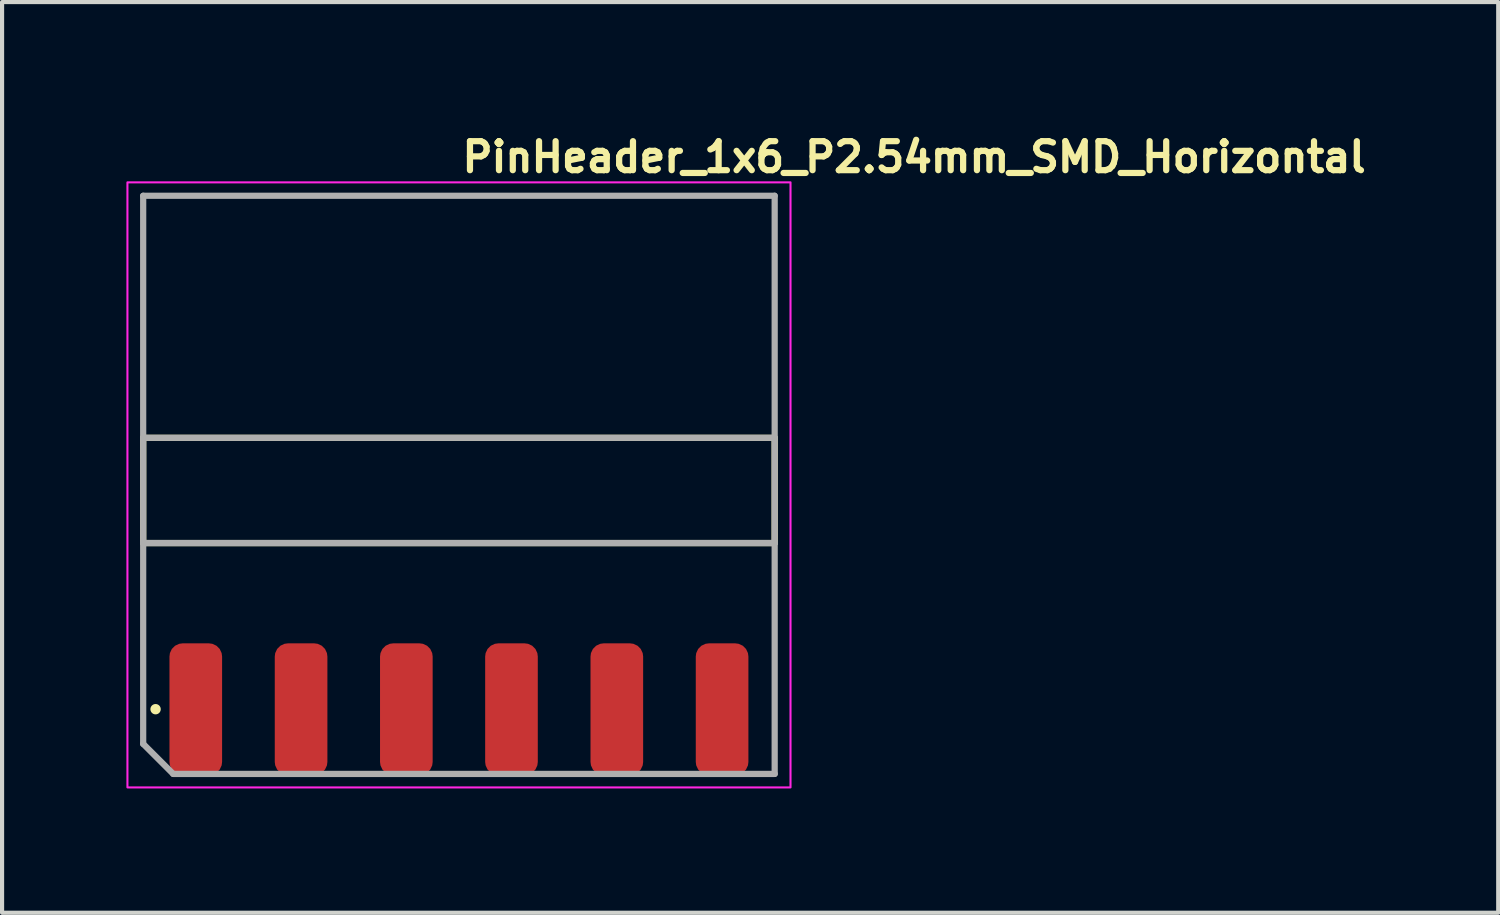
<source format=kicad_pcb>
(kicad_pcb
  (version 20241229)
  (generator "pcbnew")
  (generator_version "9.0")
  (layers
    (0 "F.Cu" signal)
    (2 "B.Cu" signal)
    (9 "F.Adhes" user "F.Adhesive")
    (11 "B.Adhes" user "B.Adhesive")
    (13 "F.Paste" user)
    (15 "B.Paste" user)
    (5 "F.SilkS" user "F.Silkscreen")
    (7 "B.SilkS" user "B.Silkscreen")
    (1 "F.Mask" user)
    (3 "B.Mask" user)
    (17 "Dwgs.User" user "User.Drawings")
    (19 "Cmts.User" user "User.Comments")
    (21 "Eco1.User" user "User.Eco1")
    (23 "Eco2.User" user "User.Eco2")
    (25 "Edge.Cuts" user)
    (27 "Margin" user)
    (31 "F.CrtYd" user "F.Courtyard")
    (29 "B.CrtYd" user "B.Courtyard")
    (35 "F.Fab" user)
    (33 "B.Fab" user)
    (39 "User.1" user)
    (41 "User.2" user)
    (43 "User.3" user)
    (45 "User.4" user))
  (footprint "PinHeader_1x6_P2.54mm_SMD_Horizontal"
    (layer "F.Cu")
    (at 8.025 8.15)
    (property "Reference" "PinHeader_1x6_P2.54mm_SMD_Horizontal" (at 0 -7 0) (layer "F.SilkS") (effects (font (size 0.7 0.7) (thickness 0.15)) (justify left bottom)))
    (attr smd)
    (fp_line (start -7.62 1.904) (end -7.62 -0.635) (stroke (width 0.15) (type solid)) (layer "F.SilkS"))
    (fp_line (start 7.618 -0.635) (end -7.62 -0.635) (stroke (width 0.15) (type solid)) (layer "F.SilkS"))
    (fp_line (start 7.618 -0.635) (end 7.618 1.904) (stroke (width 0.15) (type solid)) (layer "F.SilkS"))
    (fp_line (start 7.618 1.904) (end -7.62 1.904) (stroke (width 0.15) (type solid)) (layer "F.SilkS"))
    (fp_circle (center -7.321 5.913) (end -7.271 5.913) (stroke (width 0.15) (type solid)) (fill yes) (layer "F.SilkS"))
    (fp_rect (start -8 -6.8) (end 8 7.8) (stroke (width 0.05) (type solid)) (fill no) (layer "F.CrtYd"))
    (fp_line (start -7.62 -6.476) (end 7.618 -6.476) (stroke (width 0.15) (type solid)) (layer "F.Fab"))
    (fp_line (start -7.62 -0.635) (end 7.618 -0.635) (stroke (width 0.15) (type solid)) (layer "F.Fab"))
    (fp_line (start -7.62 1.904) (end -7.62 -6.476) (stroke (width 0.15) (type solid)) (layer "F.Fab"))
    (fp_line (start -7.62 1.904) (end -7.62 6.75) (stroke (width 0.15) (type solid)) (layer "F.Fab"))
    (fp_line (start -7.62 6.75) (end -6.895 7.475) (stroke (width 0.15) (type solid)) (layer "F.Fab"))
    (fp_line (start -6.895 7.475) (end 7.618 7.475) (stroke (width 0.15) (type solid)) (layer "F.Fab"))
    (fp_line (start 7.618 -6.476) (end 7.618 1.904) (stroke (width 0.15) (type solid)) (layer "F.Fab"))
    (fp_line (start 7.618 1.904) (end -7.62 1.904) (stroke (width 0.15) (type solid)) (layer "F.Fab"))
    (fp_line (start 7.618 7.475) (end 7.618 1.904) (stroke (width 0.15) (type solid)) (layer "F.Fab"))
    (fp_rect (start -7.62 -6.478) (end 7.618 7.477) (stroke (width 0.1) (type solid)) (fill no) (layer "User.5"))
    (fp_line (start -7.62 -0.635) (end -7.62 1.904) (stroke (width 0.02) (type solid)) (layer "User.9"))
    (fp_line (start -7.62 -0.635) (end -5.462 -0.635) (stroke (width 0.02) (type solid)) (layer "User.9"))
    (fp_line (start -7.62 1.904) (end -5.462 1.904) (stroke (width 0.02) (type solid)) (layer "User.9"))
    (fp_line (start -6.669 -5.97) (end -6.034 -5.97) (stroke (width 0.02) (type solid)) (layer "User.9"))
    (fp_line (start -6.669 -0.635) (end -6.669 -5.97) (stroke (width 0.02) (type solid)) (layer "User.9"))
    (fp_line (start -6.669 2.194) (end -6.669 1.904) (stroke (width 0.02) (type solid)) (layer "User.9"))
    (fp_line (start -6.669 3.092) (end -6.669 2.194) (stroke (width 0.02) (type solid)) (layer "User.9"))
    (fp_line (start -6.669 3.995) (end -6.669 3.092) (stroke (width 0.02) (type solid)) (layer "User.9"))
    (fp_line (start -6.669 3.995) (end -6.669 4.445) (stroke (width 0.02) (type solid)) (layer "User.9"))
    (fp_line (start -6.669 5.967) (end -6.669 4.445) (stroke (width 0.02) (type solid)) (layer "User.9"))
    (fp_line (start -6.669 5.967) (end -6.034 5.967) (stroke (width 0.02) (type solid)) (layer "User.9"))
    (fp_line (start -6.484 -6.478) (end -6.669 -5.97) (stroke (width 0.02) (type solid)) (layer "User.9"))
    (fp_line (start -6.484 6.477) (end -6.669 5.967) (stroke (width 0.02) (type solid)) (layer "User.9"))
    (fp_line (start -6.484 6.477) (end -6.218 6.477) (stroke (width 0.02) (type solid)) (layer "User.9"))
    (fp_line (start -6.218 -6.478) (end -6.484 -6.478) (stroke (width 0.02) (type solid)) (layer "User.9"))
    (fp_line (start -6.218 -6.478) (end -6.034 -5.97) (stroke (width 0.02) (type solid)) (layer "User.9"))
    (fp_line (start -6.218 6.477) (end -6.034 5.967) (stroke (width 0.02) (type solid)) (layer "User.9"))
    (fp_line (start -6.034 -0.635) (end -6.034 -5.97) (stroke (width 0.02) (type solid)) (layer "User.9"))
    (fp_line (start -6.034 2.194) (end -6.034 1.904) (stroke (width 0.02) (type solid)) (layer "User.9"))
    (fp_line (start -6.034 3.092) (end -6.034 2.194) (stroke (width 0.02) (type solid)) (layer "User.9"))
    (fp_line (start -6.034 3.995) (end -6.034 3.092) (stroke (width 0.02) (type solid)) (layer "User.9"))
    (fp_line (start -6.034 3.995) (end -6.034 4.445) (stroke (width 0.02) (type solid)) (layer "User.9"))
    (fp_line (start -6.034 5.967) (end -6.034 4.445) (stroke (width 0.02) (type solid)) (layer "User.9"))
    (fp_line (start -5.462 -0.635) (end -5.462 1.904) (stroke (width 0.02) (type solid)) (layer "User.9"))
    (fp_line (start -5.462 1.777) (end -4.699 1.777) (stroke (width 0.02) (type solid)) (layer "User.9"))
    (fp_line (start -4.699 -0.635) (end -2.922 -0.635) (stroke (width 0.02) (type solid)) (layer "User.9"))
    (fp_line (start -4.699 -0.508) (end -5.462 -0.508) (stroke (width 0.02) (type solid)) (layer "User.9"))
    (fp_line (start -4.699 1.904) (end -4.699 -0.635) (stroke (width 0.02) (type solid)) (layer "User.9"))
    (fp_line (start -4.699 1.904) (end -2.922 1.904) (stroke (width 0.02) (type solid)) (layer "User.9"))
    (fp_line (start -4.129 -5.97) (end -4.129 -0.635) (stroke (width 0.02) (type solid)) (layer "User.9"))
    (fp_line (start -4.129 -5.97) (end -3.493 -5.97) (stroke (width 0.02) (type solid)) (layer "User.9"))
    (fp_line (start -4.129 1.904) (end -4.129 2.194) (stroke (width 0.02) (type solid)) (layer "User.9"))
    (fp_line (start -4.129 2.194) (end -4.129 3.092) (stroke (width 0.02) (type solid)) (layer "User.9"))
    (fp_line (start -4.129 3.092) (end -4.129 3.995) (stroke (width 0.02) (type solid)) (layer "User.9"))
    (fp_line (start -4.129 4.445) (end -4.129 3.995) (stroke (width 0.02) (type solid)) (layer "User.9"))
    (fp_line (start -4.129 4.445) (end -4.129 5.967) (stroke (width 0.02) (type solid)) (layer "User.9"))
    (fp_line (start -4.129 5.967) (end -3.493 5.967) (stroke (width 0.02) (type solid)) (layer "User.9"))
    (fp_line (start -3.943 -6.478) (end -4.129 -5.97) (stroke (width 0.02) (type solid)) (layer "User.9"))
    (fp_line (start -3.943 6.477) (end -4.129 5.967) (stroke (width 0.02) (type solid)) (layer "User.9"))
    (fp_line (start -3.943 6.477) (end -3.678 6.477) (stroke (width 0.02) (type solid)) (layer "User.9"))
    (fp_line (start -3.678 -6.478) (end -3.943 -6.478) (stroke (width 0.02) (type solid)) (layer "User.9"))
    (fp_line (start -3.678 -6.478) (end -3.493 -5.97) (stroke (width 0.02) (type solid)) (layer "User.9"))
    (fp_line (start -3.678 6.477) (end -3.493 5.967) (stroke (width 0.02) (type solid)) (layer "User.9"))
    (fp_line (start -3.493 -0.635) (end -3.493 -5.97) (stroke (width 0.02) (type solid)) (layer "User.9"))
    (fp_line (start -3.493 2.194) (end -3.493 1.904) (stroke (width 0.02) (type solid)) (layer "User.9"))
    (fp_line (start -3.493 3.092) (end -3.493 2.194) (stroke (width 0.02) (type solid)) (layer "User.9"))
    (fp_line (start -3.493 3.995) (end -3.493 3.092) (stroke (width 0.02) (type solid)) (layer "User.9"))
    (fp_line (start -3.493 3.995) (end -3.493 4.445) (stroke (width 0.02) (type solid)) (layer "User.9"))
    (fp_line (start -3.493 5.967) (end -3.493 4.445) (stroke (width 0.02) (type solid)) (layer "User.9"))
    (fp_line (start -2.922 -0.635) (end -2.922 1.904) (stroke (width 0.02) (type solid)) (layer "User.9"))
    (fp_line (start -2.922 1.777) (end -2.16 1.777) (stroke (width 0.02) (type solid)) (layer "User.9"))
    (fp_line (start -2.16 -0.635) (end -0.381 -0.635) (stroke (width 0.02) (type solid)) (layer "User.9"))
    (fp_line (start -2.16 -0.508) (end -2.922 -0.508) (stroke (width 0.02) (type solid)) (layer "User.9"))
    (fp_line (start -2.16 1.904) (end -2.16 -0.635) (stroke (width 0.02) (type solid)) (layer "User.9"))
    (fp_line (start -2.16 1.904) (end -0.381 1.904) (stroke (width 0.02) (type solid)) (layer "User.9"))
    (fp_line (start -1.589 -5.97) (end -1.589 -0.635) (stroke (width 0.02) (type solid)) (layer "User.9"))
    (fp_line (start -1.589 -5.97) (end -0.954 -5.97) (stroke (width 0.02) (type solid)) (layer "User.9"))
    (fp_line (start -1.589 1.904) (end -1.589 2.194) (stroke (width 0.02) (type solid)) (layer "User.9"))
    (fp_line (start -1.589 2.194) (end -1.589 3.092) (stroke (width 0.02) (type solid)) (layer "User.9"))
    (fp_line (start -1.589 3.092) (end -1.589 3.995) (stroke (width 0.02) (type solid)) (layer "User.9"))
    (fp_line (start -1.589 4.445) (end -1.589 3.995) (stroke (width 0.02) (type solid)) (layer "User.9"))
    (fp_line (start -1.589 4.445) (end -1.589 5.967) (stroke (width 0.02) (type solid)) (layer "User.9"))
    (fp_line (start -1.589 5.967) (end -0.954 5.967) (stroke (width 0.02) (type solid)) (layer "User.9"))
    (fp_line (start -1.403 -6.478) (end -1.589 -5.97) (stroke (width 0.02) (type solid)) (layer "User.9"))
    (fp_line (start -1.403 6.477) (end -1.589 5.967) (stroke (width 0.02) (type solid)) (layer "User.9"))
    (fp_line (start -1.403 6.477) (end -1.139 6.477) (stroke (width 0.02) (type solid)) (layer "User.9"))
    (fp_line (start -1.139 -6.478) (end -1.403 -6.478) (stroke (width 0.02) (type solid)) (layer "User.9"))
    (fp_line (start -1.139 -6.478) (end -0.954 -5.97) (stroke (width 0.02) (type solid)) (layer "User.9"))
    (fp_line (start -1.139 6.477) (end -0.954 5.967) (stroke (width 0.02) (type solid)) (layer "User.9"))
    (fp_line (start -0.954 -0.635) (end -0.954 -5.97) (stroke (width 0.02) (type solid)) (layer "User.9"))
    (fp_line (start -0.954 2.194) (end -0.954 1.904) (stroke (width 0.02) (type solid)) (layer "User.9"))
    (fp_line (start -0.954 3.092) (end -0.954 2.194) (stroke (width 0.02) (type solid)) (layer "User.9"))
    (fp_line (start -0.954 3.995) (end -0.954 3.092) (stroke (width 0.02) (type solid)) (layer "User.9"))
    (fp_line (start -0.954 3.995) (end -0.954 4.445) (stroke (width 0.02) (type solid)) (layer "User.9"))
    (fp_line (start -0.954 5.967) (end -0.954 4.445) (stroke (width 0.02) (type solid)) (layer "User.9"))
    (fp_line (start -0.381 -0.635) (end -0.381 1.904) (stroke (width 0.02) (type solid)) (layer "User.9"))
    (fp_line (start -0.381 1.777) (end 0.379 1.777) (stroke (width 0.02) (type solid)) (layer "User.9"))
    (fp_line (start 0.379 -0.635) (end 2.157 -0.635) (stroke (width 0.02) (type solid)) (layer "User.9"))
    (fp_line (start 0.379 -0.508) (end -0.381 -0.508) (stroke (width 0.02) (type solid)) (layer "User.9"))
    (fp_line (start 0.379 1.904) (end 0.379 -0.635) (stroke (width 0.02) (type solid)) (layer "User.9"))
    (fp_line (start 0.379 1.904) (end 2.157 1.904) (stroke (width 0.02) (type solid)) (layer "User.9"))
    (fp_line (start 0.952 -5.97) (end 0.952 -0.635) (stroke (width 0.02) (type solid)) (layer "User.9"))
    (fp_line (start 0.952 -5.97) (end 1.586 -5.97) (stroke (width 0.02) (type solid)) (layer "User.9"))
    (fp_line (start 0.952 1.904) (end 0.952 2.194) (stroke (width 0.02) (type solid)) (layer "User.9"))
    (fp_line (start 0.952 2.194) (end 0.952 3.092) (stroke (width 0.02) (type solid)) (layer "User.9"))
    (fp_line (start 0.952 3.092) (end 0.952 3.995) (stroke (width 0.02) (type solid)) (layer "User.9"))
    (fp_line (start 0.952 4.445) (end 0.952 3.995) (stroke (width 0.02) (type solid)) (layer "User.9"))
    (fp_line (start 0.952 4.445) (end 0.952 5.967) (stroke (width 0.02) (type solid)) (layer "User.9"))
    (fp_line (start 0.952 5.967) (end 1.586 5.967) (stroke (width 0.02) (type solid)) (layer "User.9"))
    (fp_line (start 1.136 -6.478) (end 0.952 -5.97) (stroke (width 0.02) (type solid)) (layer "User.9"))
    (fp_line (start 1.136 6.477) (end 0.952 5.967) (stroke (width 0.02) (type solid)) (layer "User.9"))
    (fp_line (start 1.136 6.477) (end 1.402 6.477) (stroke (width 0.02) (type solid)) (layer "User.9"))
    (fp_line (start 1.402 -6.478) (end 1.136 -6.478) (stroke (width 0.02) (type solid)) (layer "User.9"))
    (fp_line (start 1.402 -6.478) (end 1.586 -5.97) (stroke (width 0.02) (type solid)) (layer "User.9"))
    (fp_line (start 1.402 6.477) (end 1.586 5.967) (stroke (width 0.02) (type solid)) (layer "User.9"))
    (fp_line (start 1.586 -0.635) (end 1.586 -5.97) (stroke (width 0.02) (type solid)) (layer "User.9"))
    (fp_line (start 1.586 2.194) (end 1.586 1.904) (stroke (width 0.02) (type solid)) (layer "User.9"))
    (fp_line (start 1.586 3.092) (end 1.586 2.194) (stroke (width 0.02) (type solid)) (layer "User.9"))
    (fp_line (start 1.586 3.995) (end 1.586 3.092) (stroke (width 0.02) (type solid)) (layer "User.9"))
    (fp_line (start 1.586 3.995) (end 1.586 4.445) (stroke (width 0.02) (type solid)) (layer "User.9"))
    (fp_line (start 1.586 5.967) (end 1.586 4.445) (stroke (width 0.02) (type solid)) (layer "User.9"))
    (fp_line (start 2.157 -0.635) (end 2.157 1.904) (stroke (width 0.02) (type solid)) (layer "User.9"))
    (fp_line (start 2.157 1.777) (end 2.919 1.777) (stroke (width 0.02) (type solid)) (layer "User.9"))
    (fp_line (start 2.919 -0.635) (end 4.698 -0.635) (stroke (width 0.02) (type solid)) (layer "User.9"))
    (fp_line (start 2.919 -0.508) (end 2.157 -0.508) (stroke (width 0.02) (type solid)) (layer "User.9"))
    (fp_line (start 2.919 1.904) (end 2.919 -0.635) (stroke (width 0.02) (type solid)) (layer "User.9"))
    (fp_line (start 2.919 1.904) (end 4.698 1.904) (stroke (width 0.02) (type solid)) (layer "User.9"))
    (fp_line (start 3.491 -5.97) (end 3.491 -0.635) (stroke (width 0.02) (type solid)) (layer "User.9"))
    (fp_line (start 3.491 -5.97) (end 4.126 -5.97) (stroke (width 0.02) (type solid)) (layer "User.9"))
    (fp_line (start 3.491 1.904) (end 3.491 2.194) (stroke (width 0.02) (type solid)) (layer "User.9"))
    (fp_line (start 3.491 2.194) (end 3.491 3.092) (stroke (width 0.02) (type solid)) (layer "User.9"))
    (fp_line (start 3.491 3.092) (end 3.491 3.995) (stroke (width 0.02) (type solid)) (layer "User.9"))
    (fp_line (start 3.491 4.445) (end 3.491 3.995) (stroke (width 0.02) (type solid)) (layer "User.9"))
    (fp_line (start 3.491 4.445) (end 3.491 5.967) (stroke (width 0.02) (type solid)) (layer "User.9"))
    (fp_line (start 3.491 5.967) (end 4.126 5.967) (stroke (width 0.02) (type solid)) (layer "User.9"))
    (fp_line (start 3.676 -6.478) (end 3.491 -5.97) (stroke (width 0.02) (type solid)) (layer "User.9"))
    (fp_line (start 3.676 6.477) (end 3.491 5.967) (stroke (width 0.02) (type solid)) (layer "User.9"))
    (fp_line (start 3.676 6.477) (end 3.942 6.477) (stroke (width 0.02) (type solid)) (layer "User.9"))
    (fp_line (start 3.942 -6.478) (end 3.676 -6.478) (stroke (width 0.02) (type solid)) (layer "User.9"))
    (fp_line (start 3.942 -6.478) (end 4.126 -5.97) (stroke (width 0.02) (type solid)) (layer "User.9"))
    (fp_line (start 3.942 6.477) (end 4.126 5.967) (stroke (width 0.02) (type solid)) (layer "User.9"))
    (fp_line (start 4.126 -0.635) (end 4.126 -5.97) (stroke (width 0.02) (type solid)) (layer "User.9"))
    (fp_line (start 4.126 2.194) (end 4.126 1.904) (stroke (width 0.02) (type solid)) (layer "User.9"))
    (fp_line (start 4.126 3.092) (end 4.126 2.194) (stroke (width 0.02) (type solid)) (layer "User.9"))
    (fp_line (start 4.126 3.995) (end 4.126 3.092) (stroke (width 0.02) (type solid)) (layer "User.9"))
    (fp_line (start 4.126 3.995) (end 4.126 4.445) (stroke (width 0.02) (type solid)) (layer "User.9"))
    (fp_line (start 4.126 5.967) (end 4.126 4.445) (stroke (width 0.02) (type solid)) (layer "User.9"))
    (fp_line (start 4.698 -0.635) (end 4.698 1.904) (stroke (width 0.02) (type solid)) (layer "User.9"))
    (fp_line (start 4.698 1.777) (end 5.461 1.777) (stroke (width 0.02) (type solid)) (layer "User.9"))
    (fp_line (start 5.461 -0.635) (end 7.618 -0.635) (stroke (width 0.02) (type solid)) (layer "User.9"))
    (fp_line (start 5.461 -0.508) (end 4.698 -0.508) (stroke (width 0.02) (type solid)) (layer "User.9"))
    (fp_line (start 5.461 1.904) (end 5.461 -0.635) (stroke (width 0.02) (type solid)) (layer "User.9"))
    (fp_line (start 5.461 1.904) (end 7.618 1.904) (stroke (width 0.02) (type solid)) (layer "User.9"))
    (fp_line (start 6.031 -5.97) (end 6.031 -0.635) (stroke (width 0.02) (type solid)) (layer "User.9"))
    (fp_line (start 6.031 -5.97) (end 6.666 -5.97) (stroke (width 0.02) (type solid)) (layer "User.9"))
    (fp_line (start 6.031 1.904) (end 6.031 2.194) (stroke (width 0.02) (type solid)) (layer "User.9"))
    (fp_line (start 6.031 2.194) (end 6.031 3.092) (stroke (width 0.02) (type solid)) (layer "User.9"))
    (fp_line (start 6.031 3.092) (end 6.031 3.995) (stroke (width 0.02) (type solid)) (layer "User.9"))
    (fp_line (start 6.031 4.445) (end 6.031 3.995) (stroke (width 0.02) (type solid)) (layer "User.9"))
    (fp_line (start 6.031 4.445) (end 6.031 5.967) (stroke (width 0.02) (type solid)) (layer "User.9"))
    (fp_line (start 6.031 5.967) (end 6.666 5.967) (stroke (width 0.02) (type solid)) (layer "User.9"))
    (fp_line (start 6.217 -6.478) (end 6.031 -5.97) (stroke (width 0.02) (type solid)) (layer "User.9"))
    (fp_line (start 6.217 6.477) (end 6.031 5.967) (stroke (width 0.02) (type solid)) (layer "User.9"))
    (fp_line (start 6.217 6.477) (end 6.482 6.477) (stroke (width 0.02) (type solid)) (layer "User.9"))
    (fp_line (start 6.482 -6.478) (end 6.217 -6.478) (stroke (width 0.02) (type solid)) (layer "User.9"))
    (fp_line (start 6.482 -6.478) (end 6.666 -5.97) (stroke (width 0.02) (type solid)) (layer "User.9"))
    (fp_line (start 6.482 6.477) (end 6.666 5.967) (stroke (width 0.02) (type solid)) (layer "User.9"))
    (fp_line (start 6.666 -0.635) (end 6.666 -5.97) (stroke (width 0.02) (type solid)) (layer "User.9"))
    (fp_line (start 6.666 2.194) (end 6.666 1.904) (stroke (width 0.02) (type solid)) (layer "User.9"))
    (fp_line (start 6.666 3.092) (end 6.666 2.194) (stroke (width 0.02) (type solid)) (layer "User.9"))
    (fp_line (start 6.666 3.995) (end 6.666 3.092) (stroke (width 0.02) (type solid)) (layer "User.9"))
    (fp_line (start 6.666 3.995) (end 6.666 4.445) (stroke (width 0.02) (type solid)) (layer "User.9"))
    (fp_line (start 6.666 5.967) (end 6.666 4.445) (stroke (width 0.02) (type solid)) (layer "User.9"))
    (fp_line (start 7.618 -0.635) (end 7.618 1.904) (stroke (width 0.02) (type solid)) (layer "User.9"))
    (pad "1" smd roundrect (at -6.351 5.914) (size 1.27 3.18) (layers "F.Cu" "F.Mask" "F.Paste") (roundrect_rratio 0.25))
    (pad "2" smd roundrect (at -3.81 5.914) (size 1.27 3.18) (layers "F.Cu" "F.Mask" "F.Paste") (roundrect_rratio 0.25))
    (pad "3" smd roundrect (at -1.27 5.914) (size 1.27 3.18) (layers "F.Cu" "F.Mask" "F.Paste") (roundrect_rratio 0.25))
    (pad "4" smd roundrect (at 1.267 5.914) (size 1.27 3.18) (layers "F.Cu" "F.Mask" "F.Paste") (roundrect_rratio 0.25))
    (pad "5" smd roundrect (at 3.809 5.914) (size 1.27 3.18) (layers "F.Cu" "F.Mask" "F.Paste") (roundrect_rratio 0.25))
    (pad "6" smd roundrect (at 6.349 5.914) (size 1.27 3.18) (layers "F.Cu" "F.Mask" "F.Paste") (roundrect_rratio 0.25)))
  (gr_rect
    (start -3 -3)
    (end 33.102 18.975)
    (stroke (width 0.1) (type default))
    (fill no)
    (layer "Edge.Cuts")))
</source>
